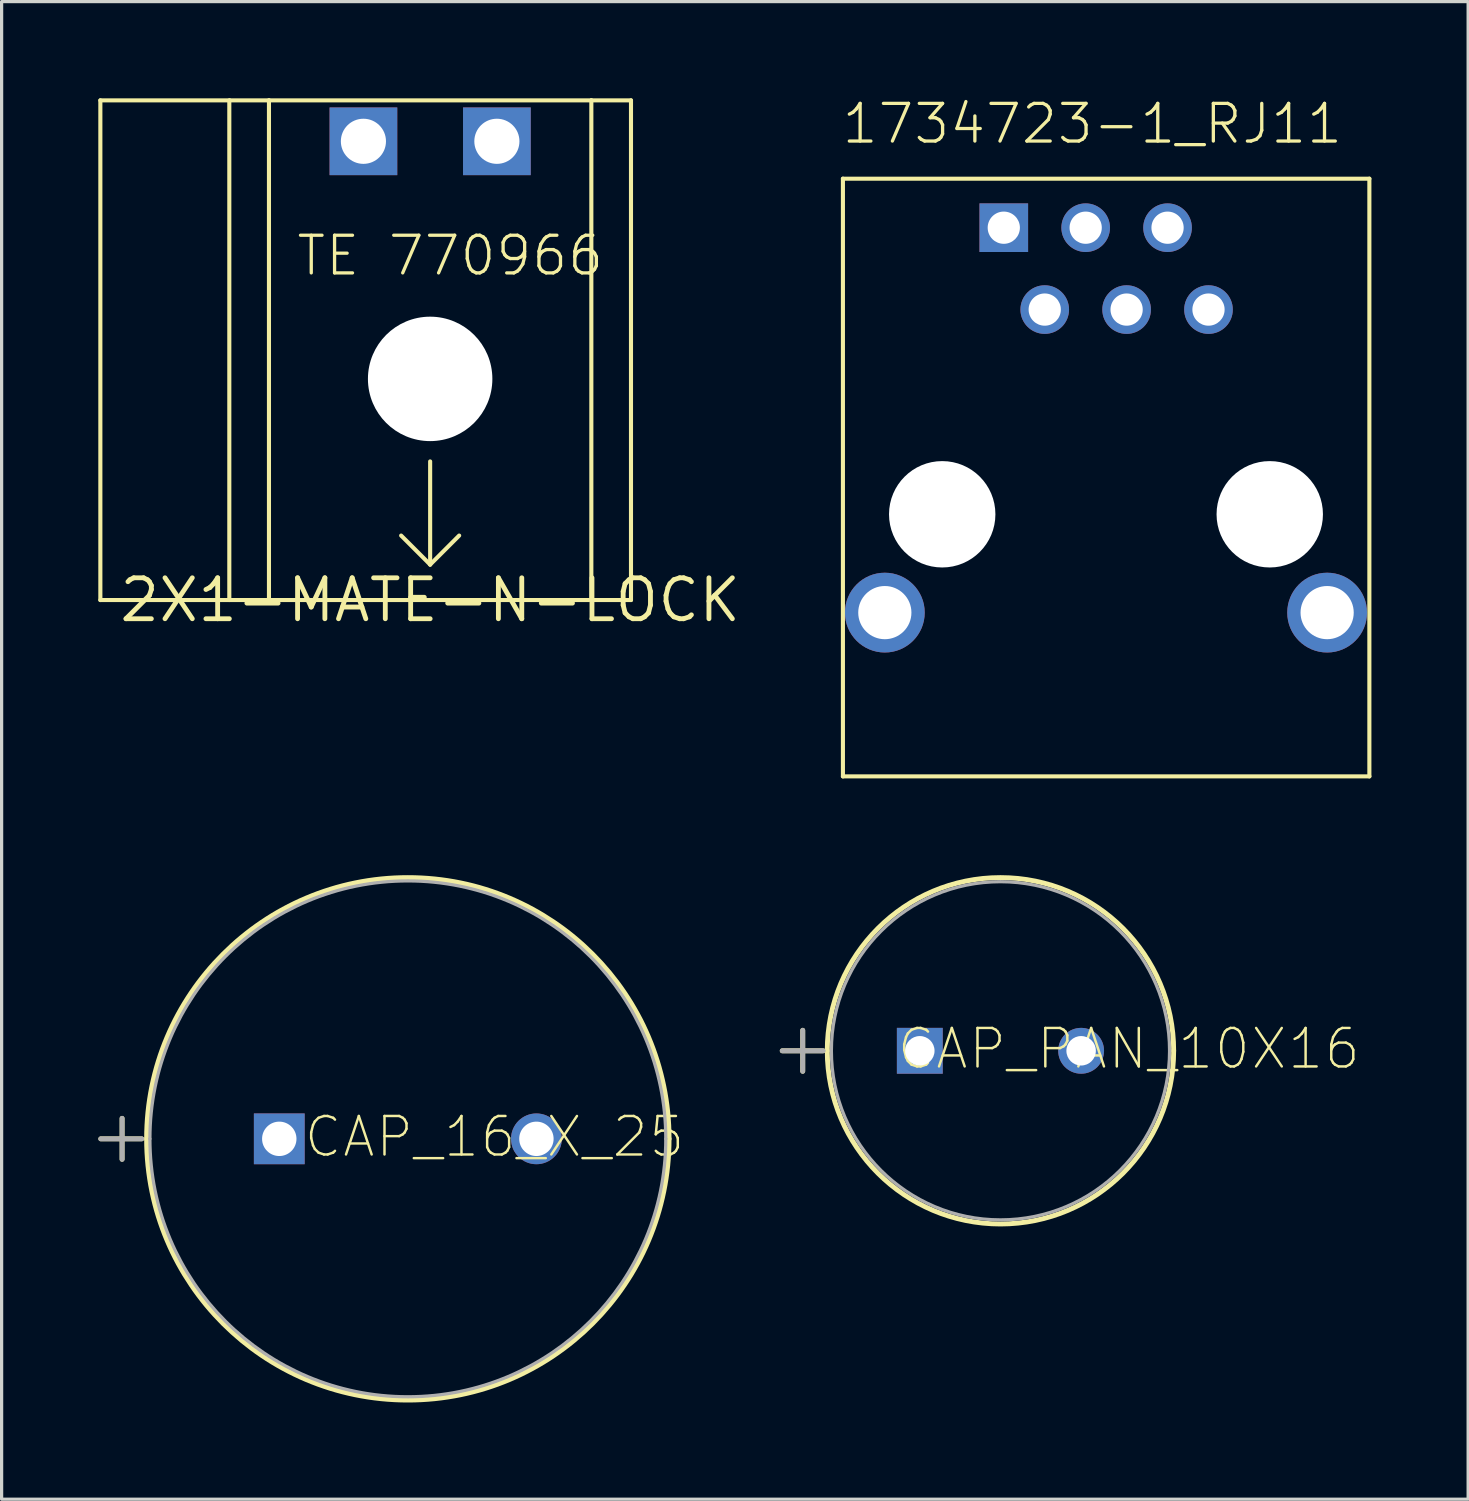
<source format=kicad_pcb>
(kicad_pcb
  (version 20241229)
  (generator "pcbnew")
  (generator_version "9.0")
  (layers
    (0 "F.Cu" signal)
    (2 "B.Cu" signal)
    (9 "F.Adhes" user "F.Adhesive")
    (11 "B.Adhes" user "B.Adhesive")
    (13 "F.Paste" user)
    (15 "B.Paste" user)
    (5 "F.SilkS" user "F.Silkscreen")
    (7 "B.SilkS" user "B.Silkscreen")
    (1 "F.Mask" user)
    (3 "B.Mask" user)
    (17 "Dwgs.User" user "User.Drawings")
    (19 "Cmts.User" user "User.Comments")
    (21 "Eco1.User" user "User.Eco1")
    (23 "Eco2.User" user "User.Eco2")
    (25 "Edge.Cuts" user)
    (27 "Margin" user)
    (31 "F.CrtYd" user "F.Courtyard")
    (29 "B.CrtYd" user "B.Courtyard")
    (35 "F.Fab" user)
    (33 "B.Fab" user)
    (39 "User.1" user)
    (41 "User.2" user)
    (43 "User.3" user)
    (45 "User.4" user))
  (footprint "CAP_16_X_25"
    (layer "F.Cu")
    (at 13.589 32.276)
    (property "Reference" "CAP_16_X_25" (at -7.264 0.635 0) (layer "F.SilkS") (effects (font (size 1.194 1.194) (thickness 0.076)) (justify left bottom)))
    (fp_line (start -13.513 0) (end -12.243 0) (stroke (width 0.152) (type solid)) (layer "F.SilkS"))
    (fp_line (start -12.852 -0.635) (end -12.852 0.635) (stroke (width 0.152) (type solid)) (layer "F.SilkS"))
    (fp_arc (start -12.0904 0) (mid -3.9878 -8.1026) (end 4.1148 0) (stroke (width 0.1524) (type solid)) (layer "F.SilkS"))
    (fp_arc (start 4.1148 0) (mid -3.9878 8.1026) (end -12.0904 0) (stroke (width 0.1524) (type solid)) (layer "F.SilkS"))
    (fp_line (start -13.513 0) (end -12.243 0) (stroke (width 0.152) (type solid)) (layer "F.Fab"))
    (fp_line (start -12.852 -0.635) (end -12.852 0.635) (stroke (width 0.152) (type solid)) (layer "F.Fab"))
    (fp_arc (start -11.9888 0) (mid -3.9878 -8.001) (end 4.0132 0) (stroke (width 0.1) (type solid)) (layer "F.Fab"))
    (fp_arc (start 4.0132 0) (mid -3.9878 8.001) (end -11.9888 0) (stroke (width 0.1) (type solid)) (layer "F.Fab"))
    (pad "1" thru_hole rect (at -7.976 0) (size 1.575 1.575) (drill 1.067) (layers "*.Cu" "*.Mask"))
    (pad "2" thru_hole circle (at 0 0 180) (size 1.575 1.575) (drill 1.067) (layers "*.Cu" "*.Mask")))
  (footprint "1734723-1_RJ11"
    (layer "F.Cu")
    (at 31.897 6.553)
    (property "Reference" "1734723-1_RJ11" (at -8.89 -5.08 0) (layer "F.SilkS") (effects (font (size 1.168 1.168) (thickness 0.102)) (justify left bottom)))
    (fp_line (start -8.8 -4.06) (end -8.8 14.48) (stroke (width 0.127) (type solid)) (layer "F.SilkS"))
    (fp_line (start -8.8 -4.06) (end 7.53 -4.06) (stroke (width 0.127) (type solid)) (layer "F.SilkS"))
    (fp_line (start -8.8 14.48) (end 7.53 14.48) (stroke (width 0.127) (type solid)) (layer "F.SilkS"))
    (fp_line (start 7.53 -4.06) (end 7.53 14.48) (stroke (width 0.127) (type solid)) (layer "F.SilkS"))
    (pad "" np_thru_hole circle (at -5.72 6.35) (size 3.3 3.3) (drill 3.3) (layers "*.Cu" "*.Mask"))
    (pad "" np_thru_hole circle (at 4.44 6.35) (size 3.3 3.3) (drill 3.3) (layers "*.Cu" "*.Mask"))
    (pad "1" thru_hole rect (at -3.81 -2.54) (size 1.508 1.508) (drill 1) (layers "*.Cu" "*.Mask"))
    (pad "2" thru_hole circle (at -2.54 0) (size 1.508 1.508) (drill 1) (layers "*.Cu" "*.Mask"))
    (pad "3" thru_hole circle (at -1.27 -2.54) (size 1.508 1.508) (drill 1) (layers "*.Cu" "*.Mask"))
    (pad "4" thru_hole circle (at 0 0) (size 1.508 1.508) (drill 1) (layers "*.Cu" "*.Mask"))
    (pad "5" thru_hole circle (at 1.27 -2.54) (size 1.508 1.508) (drill 1) (layers "*.Cu" "*.Mask"))
    (pad "6" thru_hole circle (at 2.54 0) (size 1.508 1.508) (drill 1) (layers "*.Cu" "*.Mask"))
    (pad "SH1" thru_hole circle (at -7.5 9.4) (size 2.475 2.475) (drill 1.65) (layers "*.Cu" "*.Mask"))
    (pad "SH2" thru_hole circle (at 6.22 9.4) (size 2.475 2.475) (drill 1.65) (layers "*.Cu" "*.Mask")))
  (footprint "CAP_PAN_10X16"
    (layer "F.Cu")
    (at 30.486 29.545)
    (property "Reference" "CAP_PAN_10X16" (at -5.766 0.635 0) (layer "F.SilkS") (effects (font (size 1.194 1.194) (thickness 0.076)) (justify left bottom)))
    (fp_line (start -9.271 0) (end -8.001 0) (stroke (width 0.152) (type solid)) (layer "F.SilkS"))
    (fp_line (start -8.636 -0.635) (end -8.636 0.635) (stroke (width 0.152) (type solid)) (layer "F.SilkS"))
    (fp_arc (start -7.874 0) (mid -2.5019 -5.3721) (end 2.8702 0) (stroke (width 0.1524) (type solid)) (layer "F.SilkS"))
    (fp_arc (start 2.8702 0) (mid -2.5019 5.3721) (end -7.874 0) (stroke (width 0.1524) (type solid)) (layer "F.SilkS"))
    (fp_line (start -9.271 0) (end -8.001 0) (stroke (width 0.152) (type solid)) (layer "F.Fab"))
    (fp_line (start -8.636 -0.635) (end -8.636 0.635) (stroke (width 0.152) (type solid)) (layer "F.Fab"))
    (fp_arc (start -7.747 0) (mid -2.5019 -5.2451) (end 2.7432 0) (stroke (width 0.1) (type solid)) (layer "F.Fab"))
    (fp_arc (start 2.7432 0) (mid -2.5019 5.2451) (end -7.747 0) (stroke (width 0.1) (type solid)) (layer "F.Fab"))
    (pad "1" thru_hole rect (at -5.004 0) (size 1.422 1.422) (drill 0.914) (layers "*.Cu" "*.Mask"))
    (pad "2" thru_hole circle (at 0 0 180) (size 1.422 1.422) (drill 0.914) (layers "*.Cu" "*.Mask")))
  (footprint "2X1-MATE-N-LOCK"
    (layer "F.Cu")
    (at 10.293 15.563)
    (property "Reference" "2X1-MATE-N-LOCK" (at 0 0 0) (layer "F.SilkS") (effects (font (size 1.27 1.27) (thickness 0.15))))
    (fp_line (start -10.23 -15.5) (end -6.23 -15.5) (stroke (width 0.127) (type solid)) (layer "F.SilkS"))
    (fp_line (start -10.23 0) (end -10.23 -15.5) (stroke (width 0.127) (type solid)) (layer "F.SilkS"))
    (fp_line (start -10.23 0) (end -6.23 0) (stroke (width 0.127) (type solid)) (layer "F.SilkS"))
    (fp_line (start -6.23 0) (end -6.23 -15.5) (stroke (width 0.127) (type solid)) (layer "F.SilkS"))
    (fp_line (start -6.2 -15.5) (end -5 -15.5) (stroke (width 0.127) (type solid)) (layer "F.SilkS"))
    (fp_line (start -6.2 0) (end -5 0) (stroke (width 0.127) (type solid)) (layer "F.SilkS"))
    (fp_line (start -5 -15.5) (end -5 0) (stroke (width 0.127) (type solid)) (layer "F.SilkS"))
    (fp_line (start -5 -15.5) (end 5 -15.5) (stroke (width 0.127) (type solid)) (layer "F.SilkS"))
    (fp_line (start -5 0) (end 4.93 0) (stroke (width 0.127) (type solid)) (layer "F.SilkS"))
    (fp_line (start 0 -4.3) (end 0 -1.1) (stroke (width 0.127) (type solid)) (layer "F.SilkS"))
    (fp_line (start 0 -1.1) (end -0.9 -2) (stroke (width 0.127) (type solid)) (layer "F.SilkS"))
    (fp_line (start 0 -1.1) (end 0.9 -2) (stroke (width 0.127) (type solid)) (layer "F.SilkS"))
    (fp_line (start 5 0) (end 5 -15.5) (stroke (width 0.127) (type solid)) (layer "F.SilkS"))
    (fp_line (start 6.23 -15.5) (end 5 -15.5) (stroke (width 0.127) (type solid)) (layer "F.SilkS"))
    (fp_line (start 6.23 0) (end 5 0) (stroke (width 0.127) (type solid)) (layer "F.SilkS"))
    (fp_line (start 6.23 0) (end 6.23 -15.5) (stroke (width 0.127) (type solid)) (layer "F.SilkS"))
    (fp_text user "TE 770966" (at -4.2 -10 0) (layer "F.SilkS") (effects (font (size 1.168 1.168) (thickness 0.102)) (justify left bottom)))
    (pad "" np_thru_hole circle (at 0 -6.86) (size 3.86 3.86) (drill 3.86) (layers "*.Cu" "*.Mask"))
    (pad "CIRCUIT1" thru_hole rect (at -2.07 -14.23) (size 2.1 2.1) (drill 1.4) (layers "*.Cu" "*.Mask"))
    (pad "GND" thru_hole rect (at 2.07 -14.23) (size 2.1 2.1) (drill 1.4) (layers "*.Cu" "*.Mask")))
  (gr_rect
    (start -3 -3)
    (end 42.491 43.454)
    (stroke (width 0.1) (type default))
    (fill no)
    (layer "Edge.Cuts")))
</source>
